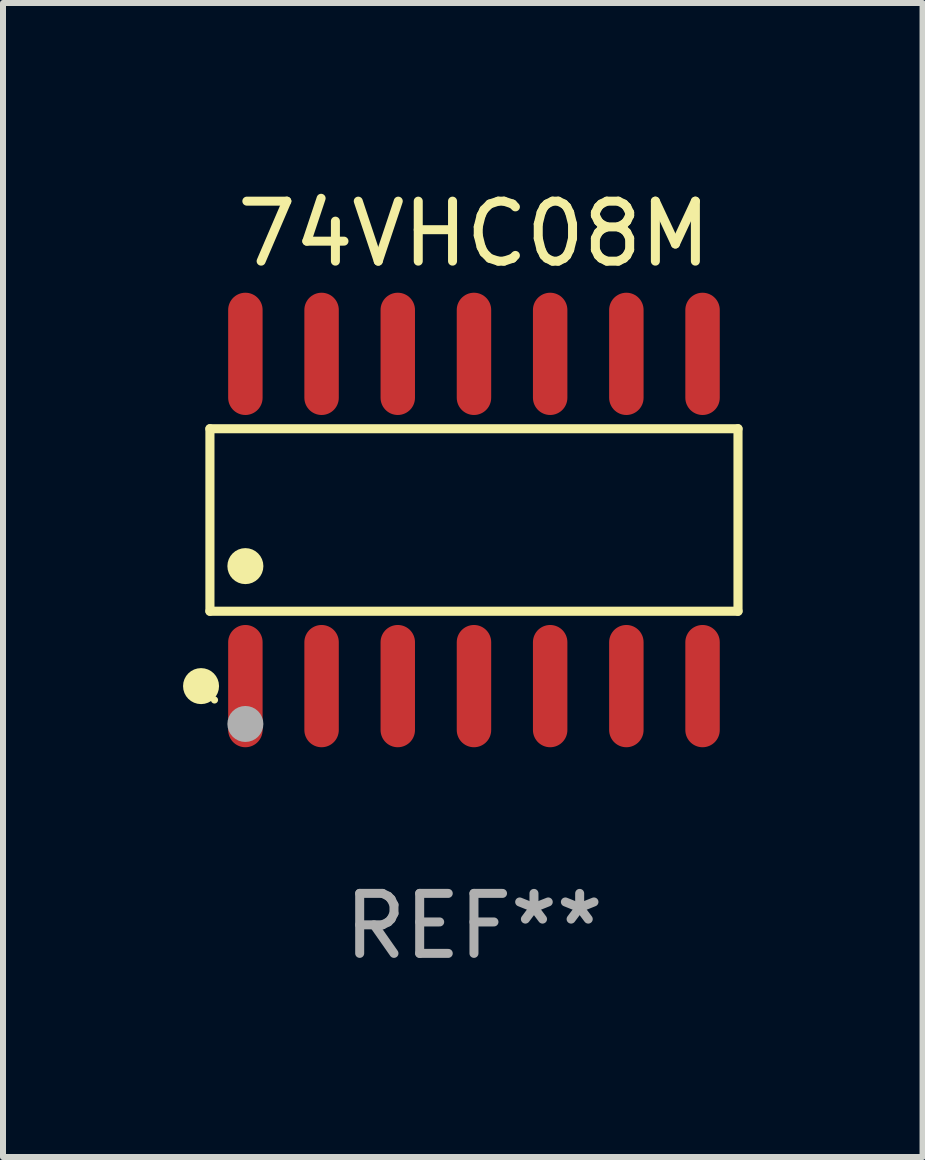
<source format=kicad_pcb>
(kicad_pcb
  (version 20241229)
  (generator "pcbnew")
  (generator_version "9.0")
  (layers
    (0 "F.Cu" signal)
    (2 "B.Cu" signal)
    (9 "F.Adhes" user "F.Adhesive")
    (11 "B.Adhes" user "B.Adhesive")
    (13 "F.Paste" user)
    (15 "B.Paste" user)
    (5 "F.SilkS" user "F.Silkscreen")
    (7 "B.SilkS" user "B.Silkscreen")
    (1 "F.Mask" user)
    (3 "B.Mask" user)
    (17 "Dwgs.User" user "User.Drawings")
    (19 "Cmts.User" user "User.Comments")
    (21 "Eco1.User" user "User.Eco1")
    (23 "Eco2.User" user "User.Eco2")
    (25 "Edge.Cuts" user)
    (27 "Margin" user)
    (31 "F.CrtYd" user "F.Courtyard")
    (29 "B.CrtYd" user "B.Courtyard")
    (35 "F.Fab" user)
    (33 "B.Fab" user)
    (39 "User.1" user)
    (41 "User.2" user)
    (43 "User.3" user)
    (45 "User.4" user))
  (footprint "74VHC08M"
    (layer "F.Cu")
    (at 4.85 5.617)
    (property "Reference" "74VHC08M" (at 0 -4.769 0) (layer "F.SilkS") (effects (font (size 1 1) (thickness 0.15))))
    (attr through_hole)
    (fp_line (start -4.401 -1.521) (end 4.401 -1.521) (stroke (width 0.152) (type solid)) (layer "F.SilkS"))
    (fp_line (start -4.401 1.521) (end -4.401 -1.521) (stroke (width 0.152) (type solid)) (layer "F.SilkS"))
    (fp_line (start 4.401 -1.521) (end 4.401 1.521) (stroke (width 0.152) (type solid)) (layer "F.SilkS"))
    (fp_line (start 4.401 1.521) (end -4.401 1.521) (stroke (width 0.152) (type solid)) (layer "F.SilkS"))
    (fp_circle (center -4.549 2.769) (end -4.399 2.769) (stroke (width 0.3) (type solid)) (fill no) (layer "F.SilkS"))
    (fp_circle (center -4.325 3) (end -4.295 3) (stroke (width 0.06) (type solid)) (fill no) (layer "F.SilkS"))
    (fp_circle (center -3.81 0.769) (end -3.66 0.769) (stroke (width 0.3) (type solid)) (fill no) (layer "F.SilkS"))
    (fp_circle (center -3.81 3.4) (end -3.66 3.4) (stroke (width 0.3) (type solid)) (fill no) (layer "F.Fab"))
    (fp_text user "REF**" (at 0 6.769 0) (layer "F.Fab") (effects (font (size 1 1) (thickness 0.15))))
    (pad "1" smd oval (at -3.81 2.769) (size 0.574 2.038) (layers "F.Cu" "F.Mask" "F.Paste"))
    (pad "2" smd oval (at -2.54 2.769) (size 0.574 2.038) (layers "F.Cu" "F.Mask" "F.Paste"))
    (pad "3" smd oval (at -1.27 2.769) (size 0.574 2.038) (layers "F.Cu" "F.Mask" "F.Paste"))
    (pad "4" smd oval (at 0 2.769) (size 0.574 2.038) (layers "F.Cu" "F.Mask" "F.Paste"))
    (pad "5" smd oval (at 1.27 2.769) (size 0.574 2.038) (layers "F.Cu" "F.Mask" "F.Paste"))
    (pad "6" smd oval (at 2.54 2.769) (size 0.574 2.038) (layers "F.Cu" "F.Mask" "F.Paste"))
    (pad "7" smd oval (at 3.81 2.769) (size 0.574 2.038) (layers "F.Cu" "F.Mask" "F.Paste"))
    (pad "8" smd oval (at 3.81 -2.769) (size 0.574 2.038) (layers "F.Cu" "F.Mask" "F.Paste"))
    (pad "9" smd oval (at 2.54 -2.769) (size 0.574 2.038) (layers "F.Cu" "F.Mask" "F.Paste"))
    (pad "10" smd oval (at 1.27 -2.769) (size 0.574 2.038) (layers "F.Cu" "F.Mask" "F.Paste"))
    (pad "11" smd oval (at 0 -2.769) (size 0.574 2.038) (layers "F.Cu" "F.Mask" "F.Paste"))
    (pad "12" smd oval (at -1.27 -2.769) (size 0.574 2.038) (layers "F.Cu" "F.Mask" "F.Paste"))
    (pad "13" smd oval (at -2.54 -2.769) (size 0.574 2.038) (layers "F.Cu" "F.Mask" "F.Paste"))
    (pad "14" smd oval (at -3.81 -2.769) (size 0.574 2.038) (layers "F.Cu" "F.Mask" "F.Paste")))
  (gr_rect
    (start -3 -3)
    (end 12.327 16.235)
    (stroke (width 0.1) (type default))
    (fill no)
    (layer "Edge.Cuts")))
</source>
